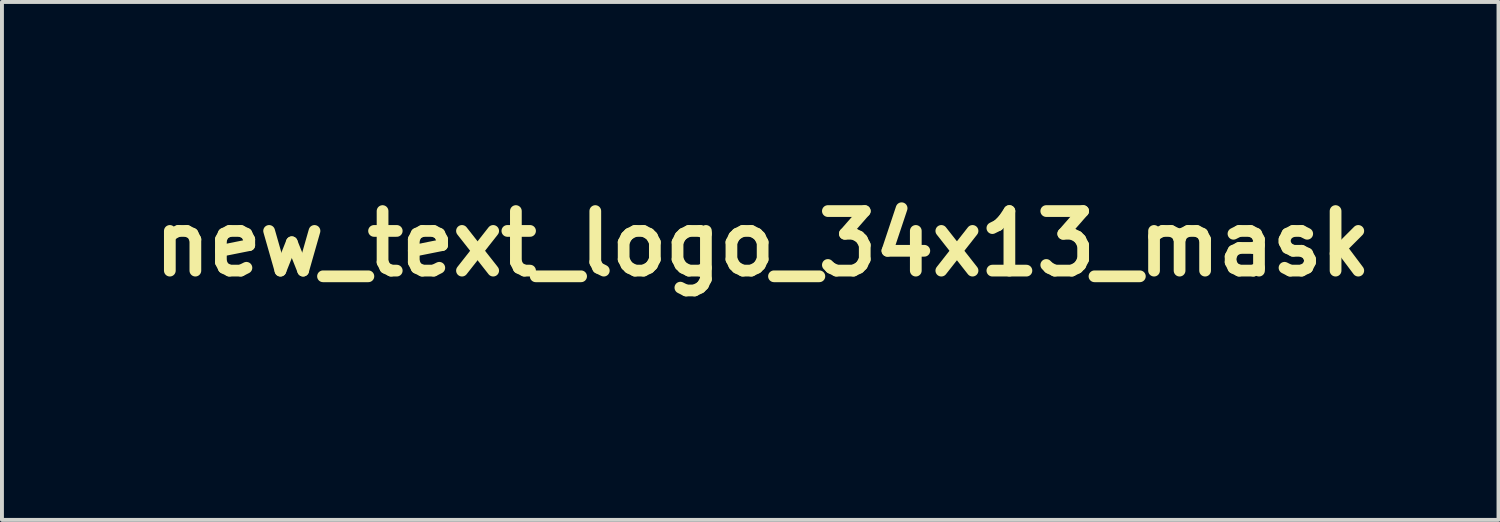
<source format=kicad_pcb>
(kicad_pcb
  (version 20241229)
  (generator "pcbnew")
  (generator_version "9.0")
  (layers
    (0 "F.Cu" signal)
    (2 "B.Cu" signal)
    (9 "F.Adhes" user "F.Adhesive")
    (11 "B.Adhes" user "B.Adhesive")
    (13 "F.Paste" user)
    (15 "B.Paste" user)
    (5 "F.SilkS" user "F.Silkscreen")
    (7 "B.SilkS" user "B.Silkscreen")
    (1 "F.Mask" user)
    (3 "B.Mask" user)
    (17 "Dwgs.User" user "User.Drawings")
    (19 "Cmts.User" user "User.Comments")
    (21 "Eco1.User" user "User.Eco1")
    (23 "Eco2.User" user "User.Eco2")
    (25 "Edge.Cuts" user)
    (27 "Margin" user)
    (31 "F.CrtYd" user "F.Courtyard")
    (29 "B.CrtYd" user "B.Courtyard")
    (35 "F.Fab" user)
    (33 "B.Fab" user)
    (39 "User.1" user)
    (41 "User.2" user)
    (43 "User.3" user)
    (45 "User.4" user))
  (footprint "new_text_logo_34x13_mask"
    (layer "F.Cu")
    (at 16.463 3.185)
    (property "Reference" "new_text_logo_34x13_mask" (at 0 0 0) (layer "F.SilkS") (effects (font (size 1.524 1.524) (thickness 0.3))))
    (attr through_hole)
    (fp_poly (pts (xy 1.067 1.609) (xy -0.237 1.609) (xy -0.237 1.93) (xy 0.796 1.93) (xy 0.796 2.777) (xy -0.237 2.777) (xy -0.237 3.099) (xy 1.067 3.099) (xy 1.067 3.962) (xy -1.372 3.962) (xy -1.372 0.762) (xy 1.067 0.762) (xy 1.067 1.609)) (stroke (width 0.01) (type solid)) (fill yes) (layer "F.Mask"))
    (fp_poly (pts (xy 2.731 -3.078) (xy 3.209 -3.073) (xy 3.641 -2.434) (xy 3.73 -2.302) (xy 3.814 -2.179) (xy 3.89 -2.067) (xy 3.958 -1.968) (xy 4.014 -1.887) (xy 4.057 -1.826) (xy 4.084 -1.787) (xy 4.094 -1.775) (xy 4.099 -1.775) (xy 4.104 -1.791) (xy 4.107 -1.824) (xy 4.11 -1.877) (xy 4.112 -1.952) (xy 4.114 -2.053) (xy 4.114 -2.181) (xy 4.115 -2.339) (xy 4.115 -2.418) (xy 4.115 -3.082) (xy 5.249 -3.082) (xy 5.249 0.135) (xy 4.318 0.135) (xy 4.246 0.036) (xy 4.22 -0.001) (xy 4.178 -0.061) (xy 4.121 -0.142) (xy 4.054 -0.24) (xy 3.977 -0.351) (xy 3.894 -0.47) (xy 3.807 -0.596) (xy 3.793 -0.616) (xy 3.709 -0.737) (xy 3.631 -0.849) (xy 3.561 -0.949) (xy 3.5 -1.033) (xy 3.452 -1.1) (xy 3.419 -1.145) (xy 3.401 -1.167) (xy 3.399 -1.168) (xy 3.397 -1.152) (xy 3.394 -1.105) (xy 3.392 -1.032) (xy 3.39 -0.936) (xy 3.388 -0.821) (xy 3.387 -0.69) (xy 3.387 -0.548) (xy 3.387 -0.516) (xy 3.387 0.135) (xy 2.252 0.135) (xy 2.252 -3.082) (xy 2.731 -3.078)) (stroke (width 0.01) (type solid)) (fill yes) (layer "F.Mask"))
    (fp_poly (pts (xy 13.362 -3.081) (xy 13.48 -3.08) (xy 13.57 -3.078) (xy 13.635 -3.074) (xy 13.677 -3.069) (xy 13.699 -3.063) (xy 13.702 -3.061) (xy 13.717 -3.043) (xy 13.748 -2.999) (xy 13.794 -2.934) (xy 13.853 -2.849) (xy 13.923 -2.747) (xy 14.002 -2.632) (xy 14.088 -2.505) (xy 14.167 -2.389) (xy 14.605 -1.738) (xy 14.614 -3.082) (xy 15.748 -3.082) (xy 15.748 0.135) (xy 15.285 0.135) (xy 15.148 0.135) (xy 15.041 0.135) (xy 14.959 0.134) (xy 14.9 0.132) (xy 14.858 0.129) (xy 14.83 0.124) (xy 14.811 0.117) (xy 14.799 0.108) (xy 14.788 0.097) (xy 14.771 0.076) (xy 14.738 0.029) (xy 14.689 -0.039) (xy 14.628 -0.126) (xy 14.556 -0.228) (xy 14.476 -0.343) (xy 14.389 -0.468) (xy 14.335 -0.546) (xy 14.247 -0.673) (xy 14.164 -0.792) (xy 14.089 -0.899) (xy 14.024 -0.992) (xy 13.97 -1.067) (xy 13.93 -1.122) (xy 13.907 -1.154) (xy 13.901 -1.161) (xy 13.897 -1.147) (xy 13.894 -1.102) (xy 13.891 -1.028) (xy 13.888 -0.929) (xy 13.887 -0.807) (xy 13.886 -0.665) (xy 13.885 -0.517) (xy 13.885 0.135) (xy 12.751 0.135) (xy 12.751 -3.082) (xy 13.213 -3.082) (xy 13.362 -3.081)) (stroke (width 0.01) (type solid)) (fill yes) (layer "F.Mask"))
    (fp_poly (pts (xy 6.248 -3.082) (xy 6.357 -3.081) (xy 6.44 -3.08) (xy 6.501 -3.078) (xy 6.543 -3.075) (xy 6.572 -3.071) (xy 6.591 -3.064) (xy 6.604 -3.056) (xy 6.615 -3.044) (xy 6.615 -3.044) (xy 6.632 -3.022) (xy 6.665 -2.975) (xy 6.713 -2.906) (xy 6.773 -2.819) (xy 6.844 -2.715) (xy 6.923 -2.599) (xy 7.009 -2.473) (xy 7.069 -2.383) (xy 7.157 -2.253) (xy 7.239 -2.133) (xy 7.313 -2.023) (xy 7.378 -1.928) (xy 7.432 -1.851) (xy 7.472 -1.794) (xy 7.496 -1.76) (xy 7.503 -1.751) (xy 7.507 -1.766) (xy 7.51 -1.811) (xy 7.513 -1.884) (xy 7.515 -1.981) (xy 7.517 -2.101) (xy 7.518 -2.239) (xy 7.518 -2.393) (xy 7.518 -2.412) (xy 7.518 -3.082) (xy 8.653 -3.082) (xy 8.653 0.135) (xy 8.188 0.135) (xy 8.047 0.135) (xy 7.936 0.134) (xy 7.851 0.133) (xy 7.789 0.13) (xy 7.746 0.126) (xy 7.719 0.12) (xy 7.703 0.113) (xy 7.699 0.11) (xy 7.684 0.092) (xy 7.652 0.048) (xy 7.605 -0.018) (xy 7.545 -0.103) (xy 7.474 -0.204) (xy 7.394 -0.318) (xy 7.307 -0.442) (xy 7.236 -0.544) (xy 6.799 -1.174) (xy 6.794 -0.519) (xy 6.79 0.135) (xy 5.639 0.135) (xy 5.639 -3.082) (xy 6.11 -3.082) (xy 6.248 -3.082)) (stroke (width 0.01) (type solid)) (fill yes) (layer "F.Mask"))
    (fp_poly (pts (xy 1.913 0.744) (xy 2.036 0.745) (xy 2.151 0.747) (xy 2.255 0.75) (xy 2.342 0.753) (xy 2.408 0.758) (xy 2.449 0.763) (xy 2.46 0.766) (xy 2.473 0.786) (xy 2.498 0.834) (xy 2.533 0.904) (xy 2.577 0.995) (xy 2.626 1.101) (xy 2.681 1.219) (xy 2.721 1.309) (xy 2.777 1.432) (xy 2.829 1.546) (xy 2.876 1.645) (xy 2.915 1.727) (xy 2.945 1.787) (xy 2.965 1.823) (xy 2.972 1.832) (xy 2.983 1.817) (xy 3.006 1.775) (xy 3.039 1.71) (xy 3.081 1.624) (xy 3.13 1.521) (xy 3.184 1.406) (xy 3.228 1.31) (xy 3.285 1.186) (xy 3.339 1.07) (xy 3.387 0.968) (xy 3.427 0.883) (xy 3.459 0.818) (xy 3.48 0.778) (xy 3.487 0.766) (xy 3.5 0.76) (xy 3.531 0.756) (xy 3.58 0.752) (xy 3.652 0.749) (xy 3.748 0.747) (xy 3.871 0.746) (xy 4.025 0.745) (xy 4.125 0.745) (xy 4.286 0.745) (xy 4.416 0.745) (xy 4.519 0.746) (xy 4.598 0.748) (xy 4.655 0.75) (xy 4.694 0.752) (xy 4.718 0.756) (xy 4.731 0.762) (xy 4.735 0.768) (xy 4.734 0.775) (xy 4.724 0.797) (xy 4.701 0.845) (xy 4.666 0.916) (xy 4.62 1.008) (xy 4.565 1.117) (xy 4.504 1.239) (xy 4.436 1.371) (xy 4.401 1.44) (xy 4.318 1.603) (xy 4.228 1.78) (xy 4.135 1.964) (xy 4.042 2.147) (xy 3.954 2.321) (xy 3.874 2.479) (xy 3.817 2.591) (xy 3.556 3.107) (xy 3.556 3.962) (xy 2.424 3.962) (xy 2.413 3.124) (xy 1.816 1.955) (xy 1.722 1.769) (xy 1.632 1.592) (xy 1.548 1.426) (xy 1.47 1.274) (xy 1.401 1.136) (xy 1.342 1.017) (xy 1.293 0.918) (xy 1.255 0.842) (xy 1.23 0.79) (xy 1.22 0.766) (xy 1.219 0.765) (xy 1.235 0.759) (xy 1.281 0.755) (xy 1.351 0.751) (xy 1.441 0.748) (xy 1.547 0.745) (xy 1.664 0.744) (xy 1.788 0.743) (xy 1.913 0.744)) (stroke (width 0.01) (type solid)) (fill yes) (layer "F.Mask"))
    (fp_poly (pts (xy -10.239 0.468) (xy -10.198 0.474) (xy -9.96 0.528) (xy -9.734 0.613) (xy -9.524 0.726) (xy -9.331 0.865) (xy -9.158 1.028) (xy -9.007 1.213) (xy -8.88 1.417) (xy -8.779 1.639) (xy -8.725 1.81) (xy -8.708 1.875) (xy -8.696 1.933) (xy -8.688 1.992) (xy -8.684 2.059) (xy -8.681 2.144) (xy -8.681 2.253) (xy -8.681 2.261) (xy -8.681 2.372) (xy -8.683 2.457) (xy -8.688 2.526) (xy -8.695 2.585) (xy -8.707 2.642) (xy -8.723 2.707) (xy -8.725 2.713) (xy -8.806 2.952) (xy -8.915 3.172) (xy -9.051 3.373) (xy -9.214 3.553) (xy -9.401 3.711) (xy -9.612 3.844) (xy -9.694 3.887) (xy -9.818 3.944) (xy -9.927 3.987) (xy -10.032 4.017) (xy -10.141 4.038) (xy -10.264 4.05) (xy -10.41 4.056) (xy -10.431 4.057) (xy -10.548 4.059) (xy -10.639 4.058) (xy -10.713 4.054) (xy -10.778 4.046) (xy -10.843 4.034) (xy -10.854 4.032) (xy -11.094 3.962) (xy -11.319 3.863) (xy -11.527 3.736) (xy -11.715 3.581) (xy -11.791 3.506) (xy -11.947 3.317) (xy -12.074 3.113) (xy -12.172 2.896) (xy -12.241 2.67) (xy -12.279 2.437) (xy -12.285 2.241) (xy -10.819 2.241) (xy -10.817 2.288) (xy -10.795 2.391) (xy -10.745 2.477) (xy -10.666 2.545) (xy -10.628 2.566) (xy -10.527 2.6) (xy -10.426 2.601) (xy -10.329 2.569) (xy -10.288 2.544) (xy -10.211 2.472) (xy -10.162 2.388) (xy -10.14 2.296) (xy -10.143 2.202) (xy -10.172 2.113) (xy -10.224 2.033) (xy -10.3 1.969) (xy -10.378 1.933) (xy -10.476 1.917) (xy -10.572 1.932) (xy -10.661 1.976) (xy -10.738 2.045) (xy -10.789 2.122) (xy -10.812 2.179) (xy -10.819 2.241) (xy -12.285 2.241) (xy -12.286 2.201) (xy -12.263 1.965) (xy -12.208 1.732) (xy -12.121 1.505) (xy -12.115 1.493) (xy -11.995 1.277) (xy -11.849 1.081) (xy -11.679 0.908) (xy -11.489 0.76) (xy -11.279 0.639) (xy -11.053 0.546) (xy -10.956 0.516) (xy -10.829 0.489) (xy -10.682 0.47) (xy -10.526 0.46) (xy -10.375 0.459) (xy -10.239 0.468)) (stroke (width 0.01) (type solid)) (fill yes) (layer "F.Mask"))
    (fp_poly (pts (xy 10.823 -3.174) (xy 11.044 -3.143) (xy 11.258 -3.084) (xy 11.462 -2.999) (xy 11.654 -2.887) (xy 11.83 -2.75) (xy 11.989 -2.589) (xy 12.127 -2.405) (xy 12.236 -2.21) (xy 12.324 -1.989) (xy 12.38 -1.763) (xy 12.405 -1.535) (xy 12.397 -1.309) (xy 12.397 -1.308) (xy 12.355 -1.067) (xy 12.282 -0.839) (xy 12.182 -0.627) (xy 12.054 -0.433) (xy 11.902 -0.259) (xy 11.726 -0.107) (xy 11.529 0.021) (xy 11.312 0.123) (xy 11.111 0.189) (xy 11.012 0.209) (xy 10.89 0.223) (xy 10.755 0.231) (xy 10.619 0.232) (xy 10.492 0.226) (xy 10.385 0.213) (xy 10.378 0.212) (xy 10.15 0.152) (xy 9.933 0.061) (xy 9.731 -0.058) (xy 9.547 -0.204) (xy 9.384 -0.373) (xy 9.274 -0.521) (xy 9.183 -0.673) (xy 9.109 -0.836) (xy 9.048 -1.011) (xy 9.031 -1.068) (xy 9.019 -1.117) (xy 9.011 -1.167) (xy 9.005 -1.224) (xy 9.003 -1.296) (xy 9.001 -1.39) (xy 9.001 -1.465) (xy 9.001 -1.465) (xy 10.067 -1.465) (xy 10.068 -1.383) (xy 10.072 -1.324) (xy 10.082 -1.277) (xy 10.098 -1.233) (xy 10.113 -1.201) (xy 10.191 -1.078) (xy 10.29 -0.978) (xy 10.407 -0.902) (xy 10.535 -0.853) (xy 10.672 -0.832) (xy 10.811 -0.842) (xy 10.872 -0.857) (xy 11.004 -0.912) (xy 11.117 -0.992) (xy 11.209 -1.093) (xy 11.277 -1.209) (xy 11.32 -1.338) (xy 11.334 -1.475) (xy 11.319 -1.614) (xy 11.293 -1.702) (xy 11.244 -1.797) (xy 11.17 -1.89) (xy 11.081 -1.974) (xy 10.985 -2.04) (xy 10.93 -2.066) (xy 10.809 -2.098) (xy 10.677 -2.107) (xy 10.548 -2.093) (xy 10.461 -2.068) (xy 10.35 -2.008) (xy 10.248 -1.922) (xy 10.163 -1.817) (xy 10.122 -1.747) (xy 10.096 -1.692) (xy 10.08 -1.647) (xy 10.071 -1.6) (xy 10.068 -1.541) (xy 10.067 -1.465) (xy 9.001 -1.465) (xy 9.001 -1.579) (xy 9.003 -1.667) (xy 9.007 -1.735) (xy 9.013 -1.791) (xy 9.022 -1.841) (xy 9.036 -1.893) (xy 9.039 -1.903) (xy 9.123 -2.14) (xy 9.234 -2.356) (xy 9.37 -2.55) (xy 9.53 -2.721) (xy 9.713 -2.869) (xy 9.919 -2.992) (xy 9.931 -2.998) (xy 10.15 -3.089) (xy 10.374 -3.148) (xy 10.599 -3.176) (xy 10.823 -3.174)) (stroke (width 0.01) (type solid)) (fill yes) (layer "F.Mask"))
    (fp_poly (pts (xy 0.368 -3.083) (xy 0.482 -3.081) (xy 0.585 -3.079) (xy 0.673 -3.075) (xy 0.74 -3.071) (xy 0.781 -3.065) (xy 0.792 -3.061) (xy 0.799 -3.043) (xy 0.818 -2.997) (xy 0.848 -2.924) (xy 0.886 -2.828) (xy 0.933 -2.71) (xy 0.987 -2.574) (xy 1.047 -2.421) (xy 1.113 -2.255) (xy 1.183 -2.079) (xy 1.256 -1.894) (xy 1.331 -1.703) (xy 1.407 -1.509) (xy 1.483 -1.314) (xy 1.559 -1.122) (xy 1.633 -0.934) (xy 1.703 -0.753) (xy 1.77 -0.583) (xy 1.832 -0.424) (xy 1.888 -0.28) (xy 1.937 -0.154) (xy 1.978 -0.048) (xy 2.01 0.035) (xy 2.031 0.089) (xy 2.048 0.135) (xy 0.835 0.135) (xy 0.806 0.03) (xy 0.785 -0.045) (xy 0.764 -0.122) (xy 0.751 -0.165) (xy 0.726 -0.254) (xy 0.246 -0.254) (xy 0.102 -0.254) (xy -0.012 -0.253) (xy -0.098 -0.251) (xy -0.163 -0.249) (xy -0.207 -0.245) (xy -0.237 -0.24) (xy -0.254 -0.233) (xy -0.26 -0.229) (xy -0.275 -0.207) (xy -0.291 -0.171) (xy -0.311 -0.114) (xy -0.335 -0.032) (xy -0.358 0.055) (xy -0.38 0.135) (xy -1.592 0.135) (xy -1.569 0.08) (xy -1.56 0.057) (xy -1.539 0.004) (xy -1.508 -0.075) (xy -1.467 -0.18) (xy -1.417 -0.307) (xy -1.36 -0.454) (xy -1.295 -0.62) (xy -1.224 -0.801) (xy -1.148 -0.996) (xy -1.108 -1.096) (xy 0.035 -1.096) (xy 0.05 -1.091) (xy 0.093 -1.087) (xy 0.156 -1.085) (xy 0.23 -1.084) (xy 0.426 -1.084) (xy 0.416 -1.13) (xy 0.397 -1.209) (xy 0.375 -1.3) (xy 0.349 -1.395) (xy 0.323 -1.491) (xy 0.297 -1.582) (xy 0.273 -1.662) (xy 0.252 -1.725) (xy 0.237 -1.766) (xy 0.229 -1.781) (xy 0.229 -1.781) (xy 0.221 -1.764) (xy 0.206 -1.721) (xy 0.186 -1.657) (xy 0.162 -1.577) (xy 0.137 -1.488) (xy 0.111 -1.397) (xy 0.086 -1.307) (xy 0.065 -1.226) (xy 0.048 -1.16) (xy 0.037 -1.113) (xy 0.035 -1.096) (xy -1.108 -1.096) (xy -1.067 -1.202) (xy -0.983 -1.418) (xy -0.948 -1.507) (xy -0.863 -1.725) (xy -0.781 -1.933) (xy -0.704 -2.131) (xy -0.631 -2.316) (xy -0.565 -2.485) (xy -0.505 -2.637) (xy -0.452 -2.769) (xy -0.408 -2.879) (xy -0.374 -2.965) (xy -0.349 -3.025) (xy -0.336 -3.056) (xy -0.334 -3.061) (xy -0.312 -3.067) (xy -0.262 -3.072) (xy -0.188 -3.076) (xy -0.095 -3.08) (xy 0.012 -3.082) (xy 0.128 -3.083) (xy 0.249 -3.084) (xy 0.368 -3.083)) (stroke (width 0.01) (type solid)) (fill yes) (layer "F.Mask"))
    (fp_poly (pts (xy -2.099 0.743) (xy -1.983 0.745) (xy -1.878 0.747) (xy -1.789 0.751) (xy -1.721 0.755) (xy -1.678 0.761) (xy -1.664 0.767) (xy -1.675 0.786) (xy -1.701 0.83) (xy -1.742 0.898) (xy -1.795 0.986) (xy -1.859 1.092) (xy -1.933 1.214) (xy -2.015 1.347) (xy -2.103 1.491) (xy -2.144 1.559) (xy -2.234 1.706) (xy -2.318 1.845) (xy -2.395 1.974) (xy -2.463 2.088) (xy -2.52 2.187) (xy -2.565 2.266) (xy -2.596 2.324) (xy -2.612 2.356) (xy -2.614 2.362) (xy -2.604 2.382) (xy -2.578 2.428) (xy -2.536 2.497) (xy -2.48 2.585) (xy -2.413 2.691) (xy -2.335 2.812) (xy -2.249 2.945) (xy -2.156 3.087) (xy -2.1 3.172) (xy -2.005 3.318) (xy -1.915 3.454) (xy -1.833 3.58) (xy -1.761 3.691) (xy -1.699 3.787) (xy -1.651 3.863) (xy -1.616 3.918) (xy -1.598 3.949) (xy -1.595 3.954) (xy -1.614 3.957) (xy -1.663 3.96) (xy -1.737 3.962) (xy -1.83 3.964) (xy -1.94 3.965) (xy -2.06 3.966) (xy -2.188 3.966) (xy -2.317 3.966) (xy -2.444 3.965) (xy -2.565 3.964) (xy -2.673 3.963) (xy -2.766 3.961) (xy -2.838 3.959) (xy -2.885 3.956) (xy -2.902 3.954) (xy -2.919 3.936) (xy -2.952 3.894) (xy -3 3.829) (xy -3.06 3.745) (xy -3.13 3.646) (xy -3.207 3.533) (xy -3.291 3.411) (xy -3.327 3.358) (xy -3.411 3.233) (xy -3.49 3.117) (xy -3.561 3.014) (xy -3.622 2.926) (xy -3.671 2.855) (xy -3.707 2.806) (xy -3.726 2.781) (xy -3.73 2.778) (xy -3.733 2.794) (xy -3.735 2.84) (xy -3.738 2.912) (xy -3.74 3.007) (xy -3.741 3.121) (xy -3.742 3.249) (xy -3.742 3.37) (xy -3.742 3.962) (xy -4.877 3.962) (xy -4.877 0.762) (xy -3.742 0.762) (xy -3.742 1.363) (xy -3.742 1.502) (xy -3.741 1.63) (xy -3.739 1.742) (xy -3.737 1.835) (xy -3.735 1.906) (xy -3.732 1.95) (xy -3.73 1.964) (xy -3.718 1.95) (xy -3.691 1.91) (xy -3.65 1.848) (xy -3.597 1.766) (xy -3.534 1.667) (xy -3.463 1.554) (xy -3.386 1.431) (xy -3.354 1.379) (xy -3.274 1.251) (xy -3.199 1.131) (xy -3.13 1.023) (xy -3.069 0.931) (xy -3.02 0.856) (xy -2.983 0.802) (xy -2.961 0.773) (xy -2.957 0.769) (xy -2.931 0.763) (xy -2.878 0.757) (xy -2.802 0.753) (xy -2.707 0.749) (xy -2.597 0.746) (xy -2.477 0.744) (xy -2.351 0.743) (xy -2.224 0.742) (xy -2.099 0.743)) (stroke (width 0.01) (type solid)) (fill yes) (layer "F.Mask"))
    (fp_poly (pts (xy -2.961 -3.167) (xy -2.818 -3.146) (xy -2.772 -3.136) (xy -2.543 -3.062) (xy -2.329 -2.96) (xy -2.133 -2.831) (xy -1.957 -2.678) (xy -1.804 -2.502) (xy -1.676 -2.307) (xy -1.574 -2.094) (xy -1.506 -1.884) (xy -1.492 -1.832) (xy -1.48 -1.79) (xy -1.474 -1.757) (xy -1.478 -1.733) (xy -1.493 -1.716) (xy -1.524 -1.704) (xy -1.573 -1.697) (xy -1.643 -1.694) (xy -1.737 -1.693) (xy -1.86 -1.693) (xy -2.013 -1.694) (xy -2.019 -1.694) (xy -2.565 -1.694) (xy -2.596 -1.76) (xy -2.659 -1.86) (xy -2.748 -1.951) (xy -2.856 -2.026) (xy -2.974 -2.08) (xy -3.088 -2.107) (xy -3.227 -2.109) (xy -3.358 -2.081) (xy -3.478 -2.026) (xy -3.584 -1.949) (xy -3.673 -1.853) (xy -3.742 -1.742) (xy -3.787 -1.619) (xy -3.805 -1.487) (xy -3.793 -1.351) (xy -3.786 -1.321) (xy -3.733 -1.181) (xy -3.653 -1.059) (xy -3.547 -0.958) (xy -3.423 -0.883) (xy -3.37 -0.861) (xy -3.321 -0.848) (xy -3.264 -0.841) (xy -3.188 -0.839) (xy -3.167 -0.839) (xy -3.085 -0.84) (xy -3.025 -0.845) (xy -2.976 -0.856) (xy -2.927 -0.875) (xy -2.91 -0.883) (xy -2.795 -0.953) (xy -2.693 -1.045) (xy -2.612 -1.15) (xy -2.604 -1.164) (xy -2.554 -1.253) (xy -2.013 -1.253) (xy -1.864 -1.253) (xy -1.744 -1.253) (xy -1.652 -1.252) (xy -1.583 -1.25) (xy -1.535 -1.247) (xy -1.503 -1.244) (xy -1.484 -1.239) (xy -1.476 -1.232) (xy -1.473 -1.224) (xy -1.473 -1.223) (xy -1.481 -1.161) (xy -1.5 -1.076) (xy -1.53 -0.977) (xy -1.567 -0.873) (xy -1.609 -0.773) (xy -1.633 -0.72) (xy -1.753 -0.511) (xy -1.893 -0.328) (xy -2.056 -0.169) (xy -2.244 -0.034) (xy -2.413 0.06) (xy -2.558 0.125) (xy -2.689 0.172) (xy -2.819 0.204) (xy -2.96 0.222) (xy -3.121 0.229) (xy -3.124 0.229) (xy -3.215 0.231) (xy -3.297 0.23) (xy -3.364 0.229) (xy -3.406 0.227) (xy -3.412 0.226) (xy -3.647 0.172) (xy -3.869 0.088) (xy -4.074 -0.023) (xy -4.261 -0.161) (xy -4.428 -0.322) (xy -4.572 -0.505) (xy -4.692 -0.708) (xy -4.785 -0.928) (xy -4.83 -1.079) (xy -4.852 -1.203) (xy -4.866 -1.347) (xy -4.869 -1.501) (xy -4.863 -1.651) (xy -4.847 -1.785) (xy -4.836 -1.837) (xy -4.765 -2.072) (xy -4.666 -2.289) (xy -4.54 -2.488) (xy -4.389 -2.665) (xy -4.214 -2.82) (xy -4.018 -2.951) (xy -3.801 -3.056) (xy -3.565 -3.134) (xy -3.562 -3.135) (xy -3.431 -3.16) (xy -3.279 -3.173) (xy -3.118 -3.176) (xy -2.961 -3.167)) (stroke (width 0.01) (type solid)) (fill yes) (layer "F.Mask"))
    (fp_poly (pts (xy 6.315 0.672) (xy 6.407 0.674) (xy 6.478 0.677) (xy 6.537 0.683) (xy 6.591 0.691) (xy 6.647 0.704) (xy 6.697 0.717) (xy 6.904 0.784) (xy 7.084 0.871) (xy 7.236 0.976) (xy 7.306 1.039) (xy 7.405 1.155) (xy 7.488 1.284) (xy 7.551 1.417) (xy 7.591 1.549) (xy 7.603 1.663) (xy 7.603 1.727) (xy 6.451 1.727) (xy 6.435 1.687) (xy 6.415 1.649) (xy 6.381 1.603) (xy 6.366 1.585) (xy 6.326 1.545) (xy 6.288 1.528) (xy 6.248 1.524) (xy 6.186 1.538) (xy 6.141 1.574) (xy 6.117 1.625) (xy 6.117 1.682) (xy 6.144 1.738) (xy 6.16 1.755) (xy 6.189 1.781) (xy 6.221 1.802) (xy 6.259 1.822) (xy 6.309 1.842) (xy 6.375 1.864) (xy 6.463 1.889) (xy 6.577 1.92) (xy 6.623 1.932) (xy 6.732 1.961) (xy 6.837 1.991) (xy 6.931 2.019) (xy 7.007 2.043) (xy 7.055 2.06) (xy 7.226 2.144) (xy 7.369 2.249) (xy 7.486 2.374) (xy 7.574 2.517) (xy 7.634 2.679) (xy 7.666 2.857) (xy 7.67 2.963) (xy 7.655 3.153) (xy 7.611 3.328) (xy 7.538 3.488) (xy 7.438 3.629) (xy 7.313 3.751) (xy 7.198 3.829) (xy 7.11 3.874) (xy 6.998 3.92) (xy 6.872 3.963) (xy 6.742 4.002) (xy 6.618 4.031) (xy 6.58 4.038) (xy 6.477 4.051) (xy 6.352 4.059) (xy 6.217 4.062) (xy 6.082 4.06) (xy 5.959 4.053) (xy 5.856 4.04) (xy 5.848 4.039) (xy 5.679 4) (xy 5.511 3.944) (xy 5.35 3.876) (xy 5.203 3.798) (xy 5.078 3.713) (xy 5.005 3.65) (xy 4.922 3.552) (xy 4.847 3.436) (xy 4.784 3.309) (xy 4.738 3.18) (xy 4.712 3.058) (xy 4.707 2.994) (xy 4.707 2.929) (xy 5.823 2.929) (xy 5.854 2.973) (xy 5.922 3.063) (xy 5.984 3.126) (xy 6.046 3.164) (xy 6.114 3.183) (xy 6.176 3.187) (xy 6.267 3.175) (xy 6.332 3.141) (xy 6.37 3.089) (xy 6.381 3.045) (xy 6.369 3.004) (xy 6.333 2.965) (xy 6.272 2.926) (xy 6.183 2.887) (xy 6.065 2.847) (xy 5.915 2.804) (xy 5.855 2.788) (xy 5.748 2.759) (xy 5.642 2.729) (xy 5.546 2.701) (xy 5.469 2.676) (xy 5.429 2.661) (xy 5.264 2.581) (xy 5.124 2.477) (xy 5.009 2.352) (xy 4.921 2.208) (xy 4.861 2.047) (xy 4.83 1.87) (xy 4.826 1.775) (xy 4.83 1.652) (xy 4.845 1.546) (xy 4.873 1.445) (xy 4.917 1.336) (xy 4.937 1.292) (xy 5.029 1.138) (xy 5.146 1.006) (xy 5.289 0.893) (xy 5.458 0.801) (xy 5.655 0.729) (xy 5.703 0.715) (xy 5.763 0.7) (xy 5.817 0.688) (xy 5.87 0.681) (xy 5.929 0.676) (xy 6.003 0.673) (xy 6.098 0.672) (xy 6.198 0.672) (xy 6.315 0.672)) (stroke (width 0.01) (type solid)) (fill yes) (layer "F.Mask"))
    (fp_poly (pts (xy -6.945 -3.168) (xy -6.888 -3.143) (xy -6.834 -3.112) (xy -6.79 -3.08) (xy -6.772 -3.061) (xy -6.76 -3.039) (xy -6.735 -2.99) (xy -6.697 -2.915) (xy -6.649 -2.818) (xy -6.592 -2.701) (xy -6.526 -2.567) (xy -6.453 -2.418) (xy -6.375 -2.258) (xy -6.293 -2.088) (xy -6.266 -2.032) (xy -6.169 -1.831) (xy -6.086 -1.658) (xy -6.015 -1.511) (xy -5.957 -1.388) (xy -5.909 -1.285) (xy -5.871 -1.202) (xy -5.841 -1.134) (xy -5.819 -1.081) (xy -5.804 -1.039) (xy -5.794 -1.007) (xy -5.788 -0.982) (xy -5.786 -0.961) (xy -5.786 -0.957) (xy -5.8 -0.859) (xy -5.84 -0.771) (xy -5.903 -0.702) (xy -5.923 -0.688) (xy -5.968 -0.659) (xy -6.038 -0.618) (xy -6.129 -0.564) (xy -6.24 -0.499) (xy -6.367 -0.425) (xy -6.508 -0.344) (xy -6.66 -0.257) (xy -6.82 -0.164) (xy -6.987 -0.069) (xy -7.156 0.028) (xy -7.327 0.125) (xy -7.495 0.221) (xy -7.659 0.314) (xy -7.816 0.403) (xy -7.963 0.486) (xy -8.098 0.562) (xy -8.217 0.628) (xy -8.319 0.685) (xy -8.4 0.73) (xy -8.459 0.761) (xy -8.492 0.778) (xy -8.498 0.78) (xy -8.555 0.787) (xy -8.609 0.784) (xy -8.61 0.784) (xy -8.659 0.769) (xy -8.716 0.743) (xy -8.769 0.712) (xy -8.807 0.682) (xy -8.817 0.67) (xy -8.84 0.642) (xy -8.885 0.599) (xy -8.944 0.547) (xy -9.011 0.49) (xy -9.082 0.433) (xy -9.149 0.382) (xy -9.187 0.356) (xy -9.403 0.227) (xy -9.64 0.119) (xy -9.887 0.037) (xy -10.097 -0.011) (xy -10.228 -0.027) (xy -10.38 -0.036) (xy -10.54 -0.037) (xy -10.696 -0.03) (xy -10.835 -0.015) (xy -10.871 -0.009) (xy -11.14 0.055) (xy -11.395 0.148) (xy -11.634 0.27) (xy -11.857 0.419) (xy -12.061 0.591) (xy -12.243 0.786) (xy -12.403 1.002) (xy -12.538 1.237) (xy -12.647 1.488) (xy -12.726 1.755) (xy -12.745 1.841) (xy -12.764 1.967) (xy -12.774 2.114) (xy -12.776 2.272) (xy -12.771 2.431) (xy -12.758 2.579) (xy -12.738 2.706) (xy -12.736 2.718) (xy -12.711 2.829) (xy -12.696 2.914) (xy -12.688 2.978) (xy -12.688 3.028) (xy -12.695 3.07) (xy -12.71 3.11) (xy -12.717 3.124) (xy -12.761 3.191) (xy -12.823 3.246) (xy -12.906 3.289) (xy -13.013 3.321) (xy -13.147 3.344) (xy -13.309 3.358) (xy -13.428 3.363) (xy -13.543 3.365) (xy -13.632 3.364) (xy -13.705 3.36) (xy -13.77 3.353) (xy -13.836 3.341) (xy -13.868 3.335) (xy -14.086 3.274) (xy -14.298 3.189) (xy -14.496 3.082) (xy -14.674 2.959) (xy -14.71 2.929) (xy -14.801 2.856) (xy -14.878 2.806) (xy -14.946 2.775) (xy -15.011 2.762) (xy -15.045 2.76) (xy -15.147 2.745) (xy -15.223 2.715) (xy -15.257 2.699) (xy -15.289 2.687) (xy -15.325 2.678) (xy -15.37 2.672) (xy -15.431 2.668) (xy -15.513 2.664) (xy -15.622 2.66) (xy -15.647 2.66) (xy -15.977 2.65) (xy -16.09 2.595) (xy -16.215 2.515) (xy -16.315 2.414) (xy -16.388 2.291) (xy -16.436 2.146) (xy -16.443 2.109) (xy -16.458 1.988) (xy -16.453 1.893) (xy -16.429 1.82) (xy -16.393 1.775) (xy -16.339 1.737) (xy -16.287 1.73) (xy -16.226 1.751) (xy -16.222 1.753) (xy -16.182 1.779) (xy -16.157 1.813) (xy -16.143 1.863) (xy -16.138 1.937) (xy -16.137 1.969) (xy -16.128 2.082) (xy -16.098 2.171) (xy -16.045 2.242) (xy -15.978 2.294) (xy -15.928 2.321) (xy -15.883 2.337) (xy -15.828 2.343) (xy -15.773 2.345) (xy -15.689 2.34) (xy -15.631 2.324) (xy -15.589 2.29) (xy -15.556 2.236) (xy -15.551 2.222) (xy -15.528 2.182) (xy -15.489 2.129) (xy -15.443 2.074) (xy -15.441 2.072) (xy -15.405 2.031) (xy -15.38 1.999) (xy -15.366 1.968) (xy -15.362 1.931) (xy -15.367 1.88) (xy -15.378 1.808) (xy -15.392 1.736) (xy -15.401 1.656) (xy -15.407 1.553) (xy -15.408 1.437) (xy -15.405 1.319) (xy -15.398 1.207) (xy -15.388 1.113) (xy -15.383 1.086) (xy -15.319 0.836) (xy -15.225 0.6) (xy -15.103 0.38) (xy -14.954 0.18) (xy -14.779 -0.000493) (xy -14.58 -0.158) (xy -14.444 -0.244) (xy -14.399 -0.267) (xy -14.327 -0.301) (xy -14.232 -0.343) (xy -14.119 -0.391) (xy -13.993 -0.444) (xy -13.857 -0.5) (xy -13.716 -0.556) (xy -13.151 -0.78) (xy -12.607 -0.996) (xy -12.086 -1.203) (xy -11.587 -1.4) (xy -11.112 -1.588) (xy -10.661 -1.766) (xy -10.234 -1.935) (xy -9.831 -2.094) (xy -9.454 -2.243) (xy -9.102 -2.382) (xy -8.776 -2.51) (xy -8.477 -2.627) (xy -8.205 -2.734) (xy -7.96 -2.829) (xy -7.744 -2.914) (xy -7.555 -2.987) (xy -7.396 -3.049) (xy -7.266 -3.098) (xy -7.166 -3.136) (xy -7.096 -3.162) (xy -7.057 -3.176) (xy -7.049 -3.178) (xy -6.996 -3.18) (xy -6.945 -3.168)) (stroke (width 0.01) (type solid)) (fill yes) (layer "F.Mask")))
  (gr_rect
    (start -3 -3)
    (end 35.291 10.252)
    (stroke (width 0.1) (type default))
    (fill no)
    (layer "Edge.Cuts")))
</source>
